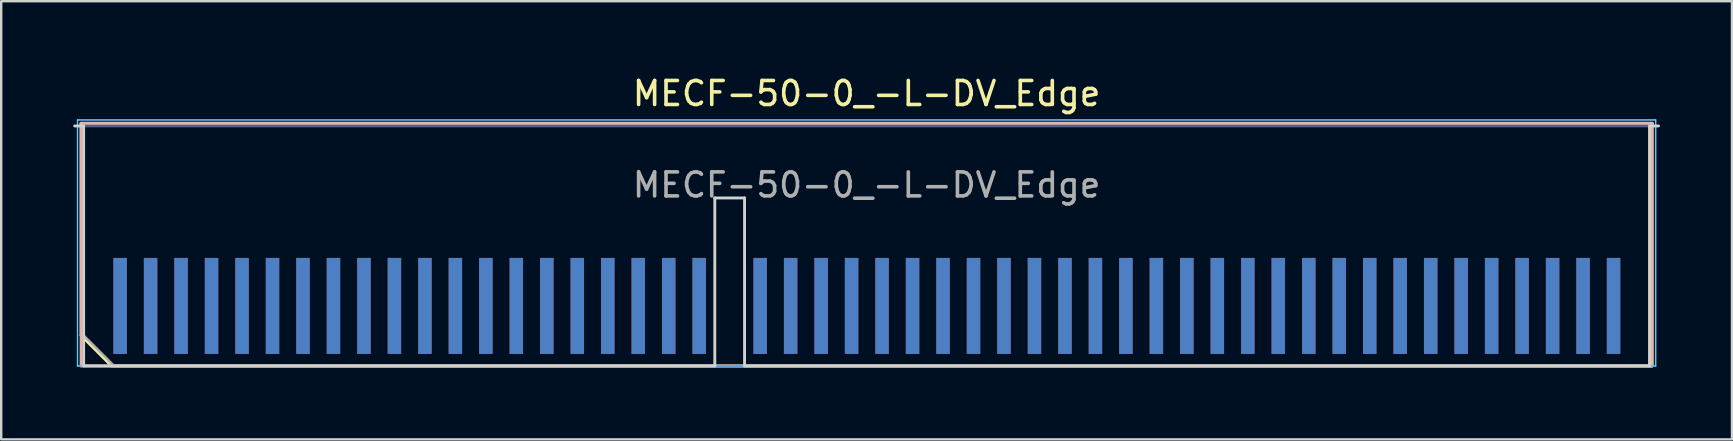
<source format=kicad_pcb>
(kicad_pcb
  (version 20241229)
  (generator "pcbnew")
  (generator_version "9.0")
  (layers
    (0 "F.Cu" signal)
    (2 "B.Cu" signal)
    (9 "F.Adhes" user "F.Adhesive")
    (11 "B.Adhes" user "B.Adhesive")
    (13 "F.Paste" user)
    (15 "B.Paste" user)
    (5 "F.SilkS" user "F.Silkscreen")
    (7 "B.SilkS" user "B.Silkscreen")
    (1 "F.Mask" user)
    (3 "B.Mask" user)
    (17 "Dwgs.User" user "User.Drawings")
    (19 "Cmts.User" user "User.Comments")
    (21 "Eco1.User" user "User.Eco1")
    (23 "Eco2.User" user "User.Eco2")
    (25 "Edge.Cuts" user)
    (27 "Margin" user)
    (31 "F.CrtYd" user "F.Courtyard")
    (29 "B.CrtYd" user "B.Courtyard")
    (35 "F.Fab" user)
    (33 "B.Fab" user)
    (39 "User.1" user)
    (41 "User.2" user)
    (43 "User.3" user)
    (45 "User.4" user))
  (footprint "MECF-50-0_-L-DV_Edge"
    (layer "F.Cu")
    (at 33.06 7.198)
    (property "Reference" "MECF-50-0_-L-DV_Edge" (at 0 -6.35 0) (layer "F.SilkS") (effects (font (size 1 1) (thickness 0.15))))
    (attr exclude_from_pos_files exclude_from_bom)
    (fp_line (start -32.73 -5.11) (end 32.73 -5.11) (stroke (width 0.12) (type solid)) (layer "F.SilkS"))
    (fp_line (start -32.73 3.73) (end -32.73 -5.11) (stroke (width 0.12) (type solid)) (layer "F.SilkS"))
    (fp_line (start -31.46 5) (end -32.73 3.73) (stroke (width 0.12) (type solid)) (layer "F.SilkS"))
    (fp_line (start -31.46 5) (end 32.73 5) (stroke (width 0.12) (type solid)) (layer "F.SilkS"))
    (fp_line (start 32.73 5) (end 32.73 -5.11) (stroke (width 0.12) (type solid)) (layer "F.SilkS"))
    (fp_line (start -32.73 -5.11) (end 32.73 -5.11) (stroke (width 0.12) (type solid)) (layer "B.SilkS"))
    (fp_line (start -32.73 5) (end -32.73 -5.11) (stroke (width 0.12) (type solid)) (layer "B.SilkS"))
    (fp_line (start -32.73 5) (end 32.73 5) (stroke (width 0.12) (type solid)) (layer "B.SilkS"))
    (fp_line (start 32.73 5) (end 32.73 -5.11) (stroke (width 0.12) (type solid)) (layer "B.SilkS"))
    (fp_line (start -33 -5) (end -32.625 -5) (stroke (width 0.12) (type solid)) (layer "Edge.Cuts"))
    (fp_line (start -32.625 5) (end -32.625 -5) (stroke (width 0.12) (type solid)) (layer "Edge.Cuts"))
    (fp_line (start -32.625 5) (end -6.325 5) (stroke (width 0.12) (type solid)) (layer "Edge.Cuts"))
    (fp_line (start -6.325 -2) (end -5.085 -2) (stroke (width 0.12) (type solid)) (layer "Edge.Cuts"))
    (fp_line (start -6.325 5) (end -6.325 -2) (stroke (width 0.12) (type solid)) (layer "Edge.Cuts"))
    (fp_line (start -5.085 5) (end -5.085 -2) (stroke (width 0.12) (type solid)) (layer "Edge.Cuts"))
    (fp_line (start -5.085 5) (end 32.625 5) (stroke (width 0.12) (type solid)) (layer "Edge.Cuts"))
    (fp_line (start 32.625 5) (end 32.625 -5) (stroke (width 0.12) (type solid)) (layer "Edge.Cuts"))
    (fp_line (start 33 -5) (end 32.625 -5) (stroke (width 0.12) (type solid)) (layer "Edge.Cuts"))
    (fp_line (start -32.88 -5.25) (end -32.88 5) (stroke (width 0.05) (type solid)) (layer "B.CrtYd"))
    (fp_line (start -32.88 5) (end 32.88 5) (stroke (width 0.05) (type solid)) (layer "B.CrtYd"))
    (fp_line (start 32.88 -5.25) (end -32.88 -5.25) (stroke (width 0.05) (type solid)) (layer "B.CrtYd"))
    (fp_line (start 32.88 5) (end 32.88 -5.25) (stroke (width 0.05) (type solid)) (layer "B.CrtYd"))
    (fp_line (start -32.88 -5.25) (end -32.88 5) (stroke (width 0.05) (type solid)) (layer "F.CrtYd"))
    (fp_line (start -32.88 5) (end 32.88 5) (stroke (width 0.05) (type solid)) (layer "F.CrtYd"))
    (fp_line (start 32.88 -5.25) (end -32.88 -5.25) (stroke (width 0.05) (type solid)) (layer "F.CrtYd"))
    (fp_line (start 32.88 5) (end 32.88 -5.25) (stroke (width 0.05) (type solid)) (layer "F.CrtYd"))
    (fp_line (start -32.625 -5) (end 32.625 -5) (stroke (width 0.1) (type solid)) (layer "B.Fab"))
    (fp_line (start -32.625 5) (end -32.625 -5) (stroke (width 0.1) (type solid)) (layer "B.Fab"))
    (fp_line (start -32.625 5) (end 32.625 5) (stroke (width 0.1) (type solid)) (layer "B.Fab"))
    (fp_line (start 32.625 5) (end 32.625 -5) (stroke (width 0.1) (type solid)) (layer "B.Fab"))
    (fp_line (start -32.625 -5) (end 32.625 -5) (stroke (width 0.1) (type solid)) (layer "F.Fab"))
    (fp_line (start -32.625 3.73) (end -32.625 -5) (stroke (width 0.1) (type solid)) (layer "F.Fab"))
    (fp_line (start -32.625 3.73) (end -31.355 5) (stroke (width 0.1) (type solid)) (layer "F.Fab"))
    (fp_line (start -31.355 5) (end 32.625 5) (stroke (width 0.1) (type solid)) (layer "F.Fab"))
    (fp_line (start 32.625 5) (end 32.625 -5) (stroke (width 0.1) (type solid)) (layer "F.Fab"))
    (fp_text user "${REFERENCE}" (at 0 -2.54 0) (layer "F.Fab") (effects (font (size 1 1) (thickness 0.15))))
    (pad "1" smd rect (at -31.105 2.5) (size 0.56 4) (layers "F.Cu" "F.Mask" "F.Paste"))
    (pad "2" smd rect (at -31.105 2.5) (size 0.56 4) (layers "B.Cu" "B.Mask" "B.Paste"))
    (pad "3" smd rect (at -29.835 2.5) (size 0.56 4) (layers "F.Cu" "F.Mask" "F.Paste"))
    (pad "4" smd rect (at -29.835 2.5) (size 0.56 4) (layers "B.Cu" "B.Mask" "B.Paste"))
    (pad "5" smd rect (at -28.565 2.5) (size 0.56 4) (layers "F.Cu" "F.Mask" "F.Paste"))
    (pad "6" smd rect (at -28.565 2.5) (size 0.56 4) (layers "B.Cu" "B.Mask" "B.Paste"))
    (pad "7" smd rect (at -27.295 2.5) (size 0.56 4) (layers "F.Cu" "F.Mask" "F.Paste"))
    (pad "8" smd rect (at -27.295 2.5) (size 0.56 4) (layers "B.Cu" "B.Mask" "B.Paste"))
    (pad "9" smd rect (at -26.025 2.5) (size 0.56 4) (layers "F.Cu" "F.Mask" "F.Paste"))
    (pad "10" smd rect (at -26.025 2.5) (size 0.56 4) (layers "B.Cu" "B.Mask" "B.Paste"))
    (pad "11" smd rect (at -24.755 2.5) (size 0.56 4) (layers "F.Cu" "F.Mask" "F.Paste"))
    (pad "12" smd rect (at -24.755 2.5) (size 0.56 4) (layers "B.Cu" "B.Mask" "B.Paste"))
    (pad "13" smd rect (at -23.485 2.5) (size 0.56 4) (layers "F.Cu" "F.Mask" "F.Paste"))
    (pad "14" smd rect (at -23.485 2.5) (size 0.56 4) (layers "B.Cu" "B.Mask" "B.Paste"))
    (pad "15" smd rect (at -22.215 2.5) (size 0.56 4) (layers "F.Cu" "F.Mask" "F.Paste"))
    (pad "16" smd rect (at -22.215 2.5) (size 0.56 4) (layers "B.Cu" "B.Mask" "B.Paste"))
    (pad "17" smd rect (at -20.945 2.5) (size 0.56 4) (layers "F.Cu" "F.Mask" "F.Paste"))
    (pad "18" smd rect (at -20.945 2.5) (size 0.56 4) (layers "B.Cu" "B.Mask" "B.Paste"))
    (pad "19" smd rect (at -19.675 2.5) (size 0.56 4) (layers "F.Cu" "F.Mask" "F.Paste"))
    (pad "20" smd rect (at -19.675 2.5) (size 0.56 4) (layers "B.Cu" "B.Mask" "B.Paste"))
    (pad "21" smd rect (at -18.405 2.5) (size 0.56 4) (layers "F.Cu" "F.Mask" "F.Paste"))
    (pad "22" smd rect (at -18.405 2.5) (size 0.56 4) (layers "B.Cu" "B.Mask" "B.Paste"))
    (pad "23" smd rect (at -17.135 2.5) (size 0.56 4) (layers "F.Cu" "F.Mask" "F.Paste"))
    (pad "24" smd rect (at -17.135 2.5) (size 0.56 4) (layers "B.Cu" "B.Mask" "B.Paste"))
    (pad "25" smd rect (at -15.865 2.5) (size 0.56 4) (layers "F.Cu" "F.Mask" "F.Paste"))
    (pad "26" smd rect (at -15.865 2.5) (size 0.56 4) (layers "B.Cu" "B.Mask" "B.Paste"))
    (pad "27" smd rect (at -14.595 2.5) (size 0.56 4) (layers "F.Cu" "F.Mask" "F.Paste"))
    (pad "28" smd rect (at -14.595 2.5) (size 0.56 4) (layers "B.Cu" "B.Mask" "B.Paste"))
    (pad "29" smd rect (at -13.325 2.5) (size 0.56 4) (layers "F.Cu" "F.Mask" "F.Paste"))
    (pad "30" smd rect (at -13.325 2.5) (size 0.56 4) (layers "B.Cu" "B.Mask" "B.Paste"))
    (pad "31" smd rect (at -12.055 2.5) (size 0.56 4) (layers "F.Cu" "F.Mask" "F.Paste"))
    (pad "32" smd rect (at -12.055 2.5) (size 0.56 4) (layers "B.Cu" "B.Mask" "B.Paste"))
    (pad "33" smd rect (at -10.785 2.5) (size 0.56 4) (layers "F.Cu" "F.Mask" "F.Paste"))
    (pad "34" smd rect (at -10.785 2.5) (size 0.56 4) (layers "B.Cu" "B.Mask" "B.Paste"))
    (pad "35" smd rect (at -9.515 2.5) (size 0.56 4) (layers "F.Cu" "F.Mask" "F.Paste"))
    (pad "36" smd rect (at -9.515 2.5) (size 0.56 4) (layers "B.Cu" "B.Mask" "B.Paste"))
    (pad "37" smd rect (at -8.245 2.5) (size 0.56 4) (layers "F.Cu" "F.Mask" "F.Paste"))
    (pad "38" smd rect (at -8.245 2.5) (size 0.56 4) (layers "B.Cu" "B.Mask" "B.Paste"))
    (pad "39" smd rect (at -6.975 2.5) (size 0.56 4) (layers "F.Cu" "F.Mask" "F.Paste"))
    (pad "40" smd rect (at -6.975 2.5) (size 0.56 4) (layers "B.Cu" "B.Mask" "B.Paste"))
    (pad "43" smd rect (at -4.435 2.5) (size 0.56 4) (layers "F.Cu" "F.Mask" "F.Paste"))
    (pad "44" smd rect (at -4.435 2.5) (size 0.56 4) (layers "B.Cu" "B.Mask" "B.Paste"))
    (pad "45" smd rect (at -3.165 2.5) (size 0.56 4) (layers "F.Cu" "F.Mask" "F.Paste"))
    (pad "46" smd rect (at -3.165 2.5) (size 0.56 4) (layers "B.Cu" "B.Mask" "B.Paste"))
    (pad "47" smd rect (at -1.895 2.5) (size 0.56 4) (layers "F.Cu" "F.Mask" "F.Paste"))
    (pad "48" smd rect (at -1.895 2.5) (size 0.56 4) (layers "B.Cu" "B.Mask" "B.Paste"))
    (pad "49" smd rect (at -0.625 2.5) (size 0.56 4) (layers "F.Cu" "F.Mask" "F.Paste"))
    (pad "50" smd rect (at -0.625 2.5) (size 0.56 4) (layers "B.Cu" "B.Mask" "B.Paste"))
    (pad "51" smd rect (at 0.645 2.5) (size 0.56 4) (layers "F.Cu" "F.Mask" "F.Paste"))
    (pad "52" smd rect (at 0.645 2.5) (size 0.56 4) (layers "B.Cu" "B.Mask" "B.Paste"))
    (pad "53" smd rect (at 1.915 2.5) (size 0.56 4) (layers "F.Cu" "F.Mask" "F.Paste"))
    (pad "54" smd rect (at 1.915 2.5) (size 0.56 4) (layers "B.Cu" "B.Mask" "B.Paste"))
    (pad "55" smd rect (at 3.185 2.5) (size 0.56 4) (layers "F.Cu" "F.Mask" "F.Paste"))
    (pad "56" smd rect (at 3.185 2.5) (size 0.56 4) (layers "B.Cu" "B.Mask" "B.Paste"))
    (pad "57" smd rect (at 4.455 2.5) (size 0.56 4) (layers "F.Cu" "F.Mask" "F.Paste"))
    (pad "58" smd rect (at 4.455 2.5) (size 0.56 4) (layers "B.Cu" "B.Mask" "B.Paste"))
    (pad "59" smd rect (at 5.725 2.5) (size 0.56 4) (layers "F.Cu" "F.Mask" "F.Paste"))
    (pad "60" smd rect (at 5.725 2.5) (size 0.56 4) (layers "B.Cu" "B.Mask" "B.Paste"))
    (pad "61" smd rect (at 6.995 2.5) (size 0.56 4) (layers "F.Cu" "F.Mask" "F.Paste"))
    (pad "62" smd rect (at 6.995 2.5) (size 0.56 4) (layers "B.Cu" "B.Mask" "B.Paste"))
    (pad "63" smd rect (at 8.265 2.5) (size 0.56 4) (layers "F.Cu" "F.Mask" "F.Paste"))
    (pad "64" smd rect (at 8.265 2.5) (size 0.56 4) (layers "B.Cu" "B.Mask" "B.Paste"))
    (pad "65" smd rect (at 9.535 2.5) (size 0.56 4) (layers "F.Cu" "F.Mask" "F.Paste"))
    (pad "66" smd rect (at 9.535 2.5) (size 0.56 4) (layers "B.Cu" "B.Mask" "B.Paste"))
    (pad "67" smd rect (at 10.805 2.5) (size 0.56 4) (layers "F.Cu" "F.Mask" "F.Paste"))
    (pad "68" smd rect (at 10.805 2.5) (size 0.56 4) (layers "B.Cu" "B.Mask" "B.Paste"))
    (pad "69" smd rect (at 12.075 2.5) (size 0.56 4) (layers "F.Cu" "F.Mask" "F.Paste"))
    (pad "70" smd rect (at 12.075 2.5) (size 0.56 4) (layers "B.Cu" "B.Mask" "B.Paste"))
    (pad "71" smd rect (at 13.345 2.5) (size 0.56 4) (layers "F.Cu" "F.Mask" "F.Paste"))
    (pad "72" smd rect (at 13.345 2.5) (size 0.56 4) (layers "B.Cu" "B.Mask" "B.Paste"))
    (pad "73" smd rect (at 14.615 2.5) (size 0.56 4) (layers "F.Cu" "F.Mask" "F.Paste"))
    (pad "74" smd rect (at 14.615 2.5) (size 0.56 4) (layers "B.Cu" "B.Mask" "B.Paste"))
    (pad "75" smd rect (at 15.885 2.5) (size 0.56 4) (layers "F.Cu" "F.Mask" "F.Paste"))
    (pad "76" smd rect (at 15.885 2.5) (size 0.56 4) (layers "B.Cu" "B.Mask" "B.Paste"))
    (pad "77" smd rect (at 17.155 2.5) (size 0.56 4) (layers "F.Cu" "F.Mask" "F.Paste"))
    (pad "78" smd rect (at 17.155 2.5) (size 0.56 4) (layers "B.Cu" "B.Mask" "B.Paste"))
    (pad "79" smd rect (at 18.425 2.5) (size 0.56 4) (layers "F.Cu" "F.Mask" "F.Paste"))
    (pad "80" smd rect (at 18.425 2.5) (size 0.56 4) (layers "B.Cu" "B.Mask" "B.Paste"))
    (pad "81" smd rect (at 19.695 2.5) (size 0.56 4) (layers "F.Cu" "F.Mask" "F.Paste"))
    (pad "82" smd rect (at 19.695 2.5) (size 0.56 4) (layers "B.Cu" "B.Mask" "B.Paste"))
    (pad "83" smd rect (at 20.965 2.5) (size 0.56 4) (layers "F.Cu" "F.Mask" "F.Paste"))
    (pad "84" smd rect (at 20.965 2.5) (size 0.56 4) (layers "B.Cu" "B.Mask" "B.Paste"))
    (pad "85" smd rect (at 22.235 2.5) (size 0.56 4) (layers "F.Cu" "F.Mask" "F.Paste"))
    (pad "86" smd rect (at 22.235 2.5) (size 0.56 4) (layers "B.Cu" "B.Mask" "B.Paste"))
    (pad "87" smd rect (at 23.505 2.5) (size 0.56 4) (layers "F.Cu" "F.Mask" "F.Paste"))
    (pad "88" smd rect (at 23.505 2.5) (size 0.56 4) (layers "B.Cu" "B.Mask" "B.Paste"))
    (pad "89" smd rect (at 24.775 2.5) (size 0.56 4) (layers "F.Cu" "F.Mask" "F.Paste"))
    (pad "90" smd rect (at 24.775 2.5) (size 0.56 4) (layers "B.Cu" "B.Mask" "B.Paste"))
    (pad "91" smd rect (at 26.045 2.5) (size 0.56 4) (layers "F.Cu" "F.Mask" "F.Paste"))
    (pad "92" smd rect (at 26.045 2.5) (size 0.56 4) (layers "B.Cu" "B.Mask" "B.Paste"))
    (pad "93" smd rect (at 27.315 2.5) (size 0.56 4) (layers "F.Cu" "F.Mask" "F.Paste"))
    (pad "94" smd rect (at 27.315 2.5) (size 0.56 4) (layers "B.Cu" "B.Mask" "B.Paste"))
    (pad "95" smd rect (at 28.585 2.5) (size 0.56 4) (layers "F.Cu" "F.Mask" "F.Paste"))
    (pad "96" smd rect (at 28.585 2.5) (size 0.56 4) (layers "B.Cu" "B.Mask" "B.Paste"))
    (pad "97" smd rect (at 29.855 2.5) (size 0.56 4) (layers "F.Cu" "F.Mask" "F.Paste"))
    (pad "98" smd rect (at 29.855 2.5) (size 0.56 4) (layers "B.Cu" "B.Mask" "B.Paste"))
    (pad "99" smd rect (at 31.125 2.5) (size 0.56 4) (layers "F.Cu" "F.Mask" "F.Paste"))
    (pad "100" smd rect (at 31.125 2.5) (size 0.56 4) (layers "B.Cu" "B.Mask" "B.Paste")))
  (gr_rect
    (start -3 -3)
    (end 69.12 15.258)
    (stroke (width 0.1) (type default))
    (fill no)
    (layer "Edge.Cuts")))
</source>
